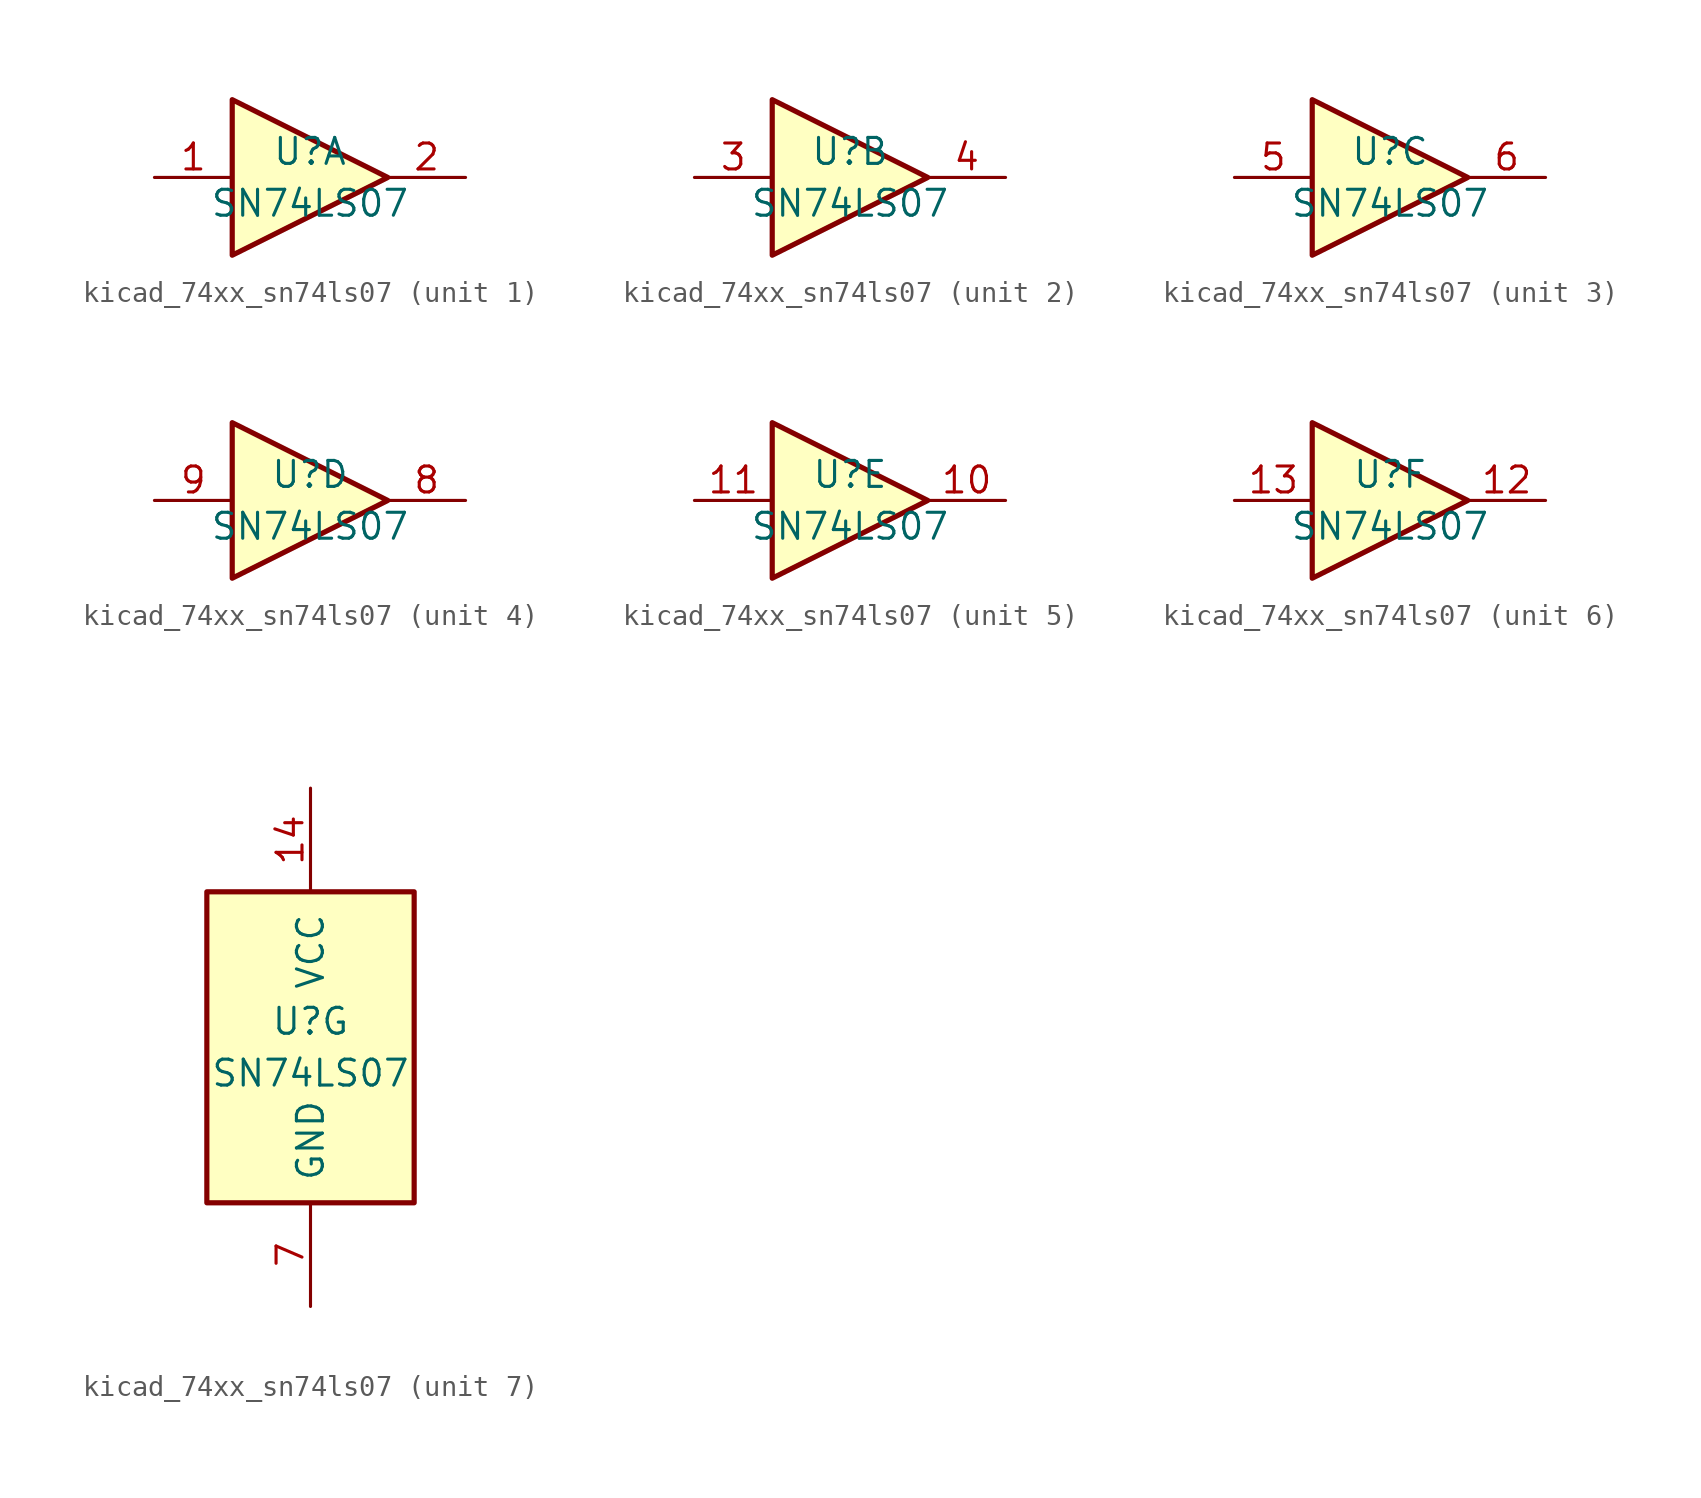
<source format=kicad_sym>
(kicad_symbol_lib
  (version 20220914)
  (generator kicad_symbol_editor)
  (symbol "kicad_74xx_sn74ls07"
    (pin_names
      (offset 1.016))
    (property "Reference" "U"
      (at 0 1.27 0)
      (effects (font (size 1.27 1.27))))
    (property "Value" "SN74LS07"
      (at 0 -1.27 0)
      (effects (font (size 1.27 1.27))))
    (property "ki_locked" ""
      (at 0 0 0)
      (effects (font (size 1.27 1.27))))
    (symbol "kicad_74xx_sn74ls07_1_0"
      (polyline (pts (xy -3.81 3.81) (xy -3.81 -3.81) (xy 3.81 0) (xy -3.81 3.81)) (stroke (width 0.254) (type default)) (fill (type background)))
      (pin input line (at -7.62 0 0) (length 3.81) (name "~" (effects (font (size 1.27 1.27)))) (number "1" (effects (font (size 1.27 1.27)))))
      (pin open_collector line (at 7.62 0 180) (length 3.81) (name "~" (effects (font (size 1.27 1.27)))) (number "2" (effects (font (size 1.27 1.27))))))
    (symbol "kicad_74xx_sn74ls07_2_0"
      (polyline (pts (xy -3.81 3.81) (xy -3.81 -3.81) (xy 3.81 0) (xy -3.81 3.81)) (stroke (width 0.254) (type default)) (fill (type background)))
      (pin input line (at -7.62 0 0) (length 3.81) (name "~" (effects (font (size 1.27 1.27)))) (number "3" (effects (font (size 1.27 1.27)))))
      (pin open_collector line (at 7.62 0 180) (length 3.81) (name "~" (effects (font (size 1.27 1.27)))) (number "4" (effects (font (size 1.27 1.27))))))
    (symbol "kicad_74xx_sn74ls07_3_0"
      (polyline (pts (xy -3.81 3.81) (xy -3.81 -3.81) (xy 3.81 0) (xy -3.81 3.81)) (stroke (width 0.254) (type default)) (fill (type background)))
      (pin input line (at -7.62 0 0) (length 3.81) (name "~" (effects (font (size 1.27 1.27)))) (number "5" (effects (font (size 1.27 1.27)))))
      (pin open_collector line (at 7.62 0 180) (length 3.81) (name "~" (effects (font (size 1.27 1.27)))) (number "6" (effects (font (size 1.27 1.27))))))
    (symbol "kicad_74xx_sn74ls07_4_0"
      (polyline (pts (xy -3.81 3.81) (xy -3.81 -3.81) (xy 3.81 0) (xy -3.81 3.81)) (stroke (width 0.254) (type default)) (fill (type background)))
      (pin open_collector line (at 7.62 0 180) (length 3.81) (name "~" (effects (font (size 1.27 1.27)))) (number "8" (effects (font (size 1.27 1.27)))))
      (pin input line (at -7.62 0 0) (length 3.81) (name "~" (effects (font (size 1.27 1.27)))) (number "9" (effects (font (size 1.27 1.27))))))
    (symbol "kicad_74xx_sn74ls07_5_0"
      (polyline (pts (xy -3.81 3.81) (xy -3.81 -3.81) (xy 3.81 0) (xy -3.81 3.81)) (stroke (width 0.254) (type default)) (fill (type background)))
      (pin open_collector line (at 7.62 0 180) (length 3.81) (name "~" (effects (font (size 1.27 1.27)))) (number "10" (effects (font (size 1.27 1.27)))))
      (pin input line (at -7.62 0 0) (length 3.81) (name "~" (effects (font (size 1.27 1.27)))) (number "11" (effects (font (size 1.27 1.27))))))
    (symbol "kicad_74xx_sn74ls07_6_0"
      (polyline (pts (xy -3.81 3.81) (xy -3.81 -3.81) (xy 3.81 0) (xy -3.81 3.81)) (stroke (width 0.254) (type default)) (fill (type background)))
      (pin open_collector line (at 7.62 0 180) (length 3.81) (name "~" (effects (font (size 1.27 1.27)))) (number "12" (effects (font (size 1.27 1.27)))))
      (pin input line (at -7.62 0 0) (length 3.81) (name "~" (effects (font (size 1.27 1.27)))) (number "13" (effects (font (size 1.27 1.27))))))
    (symbol "kicad_74xx_sn74ls07_7_0"
      (pin power_in line (at 0 12.7 270) (length 5.08) (name "VCC" (effects (font (size 1.27 1.27)))) (number "14" (effects (font (size 1.27 1.27)))))
      (pin power_in line (at 0 -12.7 90) (length 5.08) (name "GND" (effects (font (size 1.27 1.27)))) (number "7" (effects (font (size 1.27 1.27))))))
    (symbol "kicad_74xx_sn74ls07_7_1"
      (rectangle (start -5.08 7.62) (end 5.08 -7.62) (stroke (width 0.254) (type default)) (fill (type background))))))
</source>
